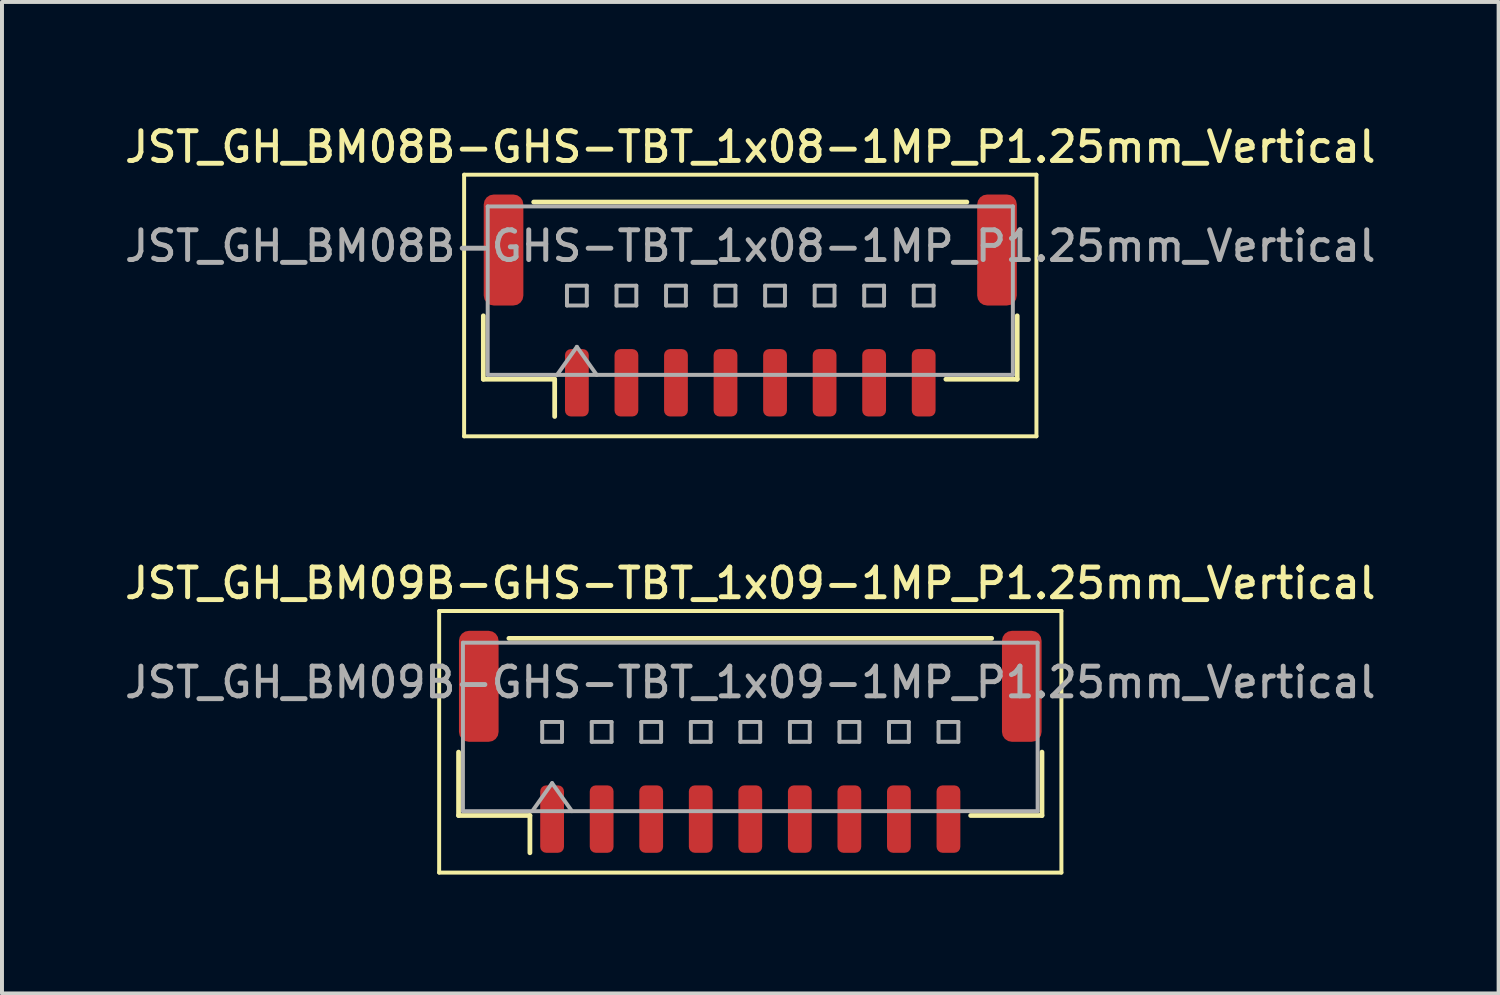
<source format=kicad_pcb>
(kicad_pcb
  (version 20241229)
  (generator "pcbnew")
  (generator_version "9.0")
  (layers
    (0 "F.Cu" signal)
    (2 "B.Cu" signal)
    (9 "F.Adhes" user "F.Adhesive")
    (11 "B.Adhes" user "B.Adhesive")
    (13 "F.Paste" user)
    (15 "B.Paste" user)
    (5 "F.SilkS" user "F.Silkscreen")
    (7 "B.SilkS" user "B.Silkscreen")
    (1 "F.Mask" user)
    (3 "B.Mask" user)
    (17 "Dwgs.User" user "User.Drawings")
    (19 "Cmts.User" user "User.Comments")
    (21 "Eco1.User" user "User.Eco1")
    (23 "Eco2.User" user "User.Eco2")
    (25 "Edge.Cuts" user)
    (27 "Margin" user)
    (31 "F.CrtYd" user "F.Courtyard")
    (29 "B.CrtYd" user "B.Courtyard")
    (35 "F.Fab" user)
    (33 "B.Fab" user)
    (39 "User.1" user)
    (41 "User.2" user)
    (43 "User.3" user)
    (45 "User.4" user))
  (footprint "JST_GH_BM08B-GHS-TBT_1x08-1MP_P1.25mm_Vertical"
    (layer "F.Cu")
    (at 15.88 4.658)
    (property "Reference" "JST_GH_BM08B-GHS-TBT_1x08-1MP_P1.25mm_Vertical" (at 0 -4 0) (layer "F.SilkS") (effects (font (size 0.75 0.75) (thickness 0.125))))
    (attr smd)
    (fp_line (start -7.22 -3.3) (end -7.22 3.3) (stroke (width 0.1) (type solid)) (layer "F.SilkS"))
    (fp_line (start -7.22 3.3) (end 7.22 3.3) (stroke (width 0.1) (type solid)) (layer "F.SilkS"))
    (fp_line (start -6.735 0.26) (end -6.735 1.86) (stroke (width 0.12) (type solid)) (layer "F.SilkS"))
    (fp_line (start -6.735 1.86) (end -4.935 1.86) (stroke (width 0.12) (type solid)) (layer "F.SilkS"))
    (fp_line (start -5.465 -2.61) (end 5.465 -2.61) (stroke (width 0.12) (type solid)) (layer "F.SilkS"))
    (fp_line (start -4.935 1.86) (end -4.935 2.8) (stroke (width 0.12) (type solid)) (layer "F.SilkS"))
    (fp_line (start 6.735 0.26) (end 6.735 1.86) (stroke (width 0.12) (type solid)) (layer "F.SilkS"))
    (fp_line (start 6.735 1.86) (end 4.935 1.86) (stroke (width 0.12) (type solid)) (layer "F.SilkS"))
    (fp_line (start 7.22 -3.3) (end -7.22 -3.3) (stroke (width 0.1) (type solid)) (layer "F.SilkS"))
    (fp_line (start 7.22 3.3) (end 7.22 -3.3) (stroke (width 0.1) (type solid)) (layer "F.SilkS"))
    (fp_line (start -6.625 -2.5) (end 6.625 -2.5) (stroke (width 0.1) (type solid)) (layer "F.Fab"))
    (fp_line (start -6.625 1.75) (end -6.625 -2.5) (stroke (width 0.1) (type solid)) (layer "F.Fab"))
    (fp_line (start -6.625 1.75) (end 6.625 1.75) (stroke (width 0.1) (type solid)) (layer "F.Fab"))
    (fp_line (start -4.875 1.75) (end -4.375 1.043) (stroke (width 0.1) (type solid)) (layer "F.Fab"))
    (fp_line (start -4.625 -0.5) (end -4.625 0) (stroke (width 0.1) (type solid)) (layer "F.Fab"))
    (fp_line (start -4.625 0) (end -4.125 0) (stroke (width 0.1) (type solid)) (layer "F.Fab"))
    (fp_line (start -4.375 1.043) (end -3.875 1.75) (stroke (width 0.1) (type solid)) (layer "F.Fab"))
    (fp_line (start -4.125 -0.5) (end -4.625 -0.5) (stroke (width 0.1) (type solid)) (layer "F.Fab"))
    (fp_line (start -4.125 0) (end -4.125 -0.5) (stroke (width 0.1) (type solid)) (layer "F.Fab"))
    (fp_line (start -3.375 -0.5) (end -3.375 0) (stroke (width 0.1) (type solid)) (layer "F.Fab"))
    (fp_line (start -3.375 0) (end -2.875 0) (stroke (width 0.1) (type solid)) (layer "F.Fab"))
    (fp_line (start -2.875 -0.5) (end -3.375 -0.5) (stroke (width 0.1) (type solid)) (layer "F.Fab"))
    (fp_line (start -2.875 0) (end -2.875 -0.5) (stroke (width 0.1) (type solid)) (layer "F.Fab"))
    (fp_line (start -2.125 -0.5) (end -2.125 0) (stroke (width 0.1) (type solid)) (layer "F.Fab"))
    (fp_line (start -2.125 0) (end -1.625 0) (stroke (width 0.1) (type solid)) (layer "F.Fab"))
    (fp_line (start -1.625 -0.5) (end -2.125 -0.5) (stroke (width 0.1) (type solid)) (layer "F.Fab"))
    (fp_line (start -1.625 0) (end -1.625 -0.5) (stroke (width 0.1) (type solid)) (layer "F.Fab"))
    (fp_line (start -0.875 -0.5) (end -0.875 0) (stroke (width 0.1) (type solid)) (layer "F.Fab"))
    (fp_line (start -0.875 0) (end -0.375 0) (stroke (width 0.1) (type solid)) (layer "F.Fab"))
    (fp_line (start -0.375 -0.5) (end -0.875 -0.5) (stroke (width 0.1) (type solid)) (layer "F.Fab"))
    (fp_line (start -0.375 0) (end -0.375 -0.5) (stroke (width 0.1) (type solid)) (layer "F.Fab"))
    (fp_line (start 0.375 -0.5) (end 0.375 0) (stroke (width 0.1) (type solid)) (layer "F.Fab"))
    (fp_line (start 0.375 0) (end 0.875 0) (stroke (width 0.1) (type solid)) (layer "F.Fab"))
    (fp_line (start 0.875 -0.5) (end 0.375 -0.5) (stroke (width 0.1) (type solid)) (layer "F.Fab"))
    (fp_line (start 0.875 0) (end 0.875 -0.5) (stroke (width 0.1) (type solid)) (layer "F.Fab"))
    (fp_line (start 1.625 -0.5) (end 1.625 0) (stroke (width 0.1) (type solid)) (layer "F.Fab"))
    (fp_line (start 1.625 0) (end 2.125 0) (stroke (width 0.1) (type solid)) (layer "F.Fab"))
    (fp_line (start 2.125 -0.5) (end 1.625 -0.5) (stroke (width 0.1) (type solid)) (layer "F.Fab"))
    (fp_line (start 2.125 0) (end 2.125 -0.5) (stroke (width 0.1) (type solid)) (layer "F.Fab"))
    (fp_line (start 2.875 -0.5) (end 2.875 0) (stroke (width 0.1) (type solid)) (layer "F.Fab"))
    (fp_line (start 2.875 0) (end 3.375 0) (stroke (width 0.1) (type solid)) (layer "F.Fab"))
    (fp_line (start 3.375 -0.5) (end 2.875 -0.5) (stroke (width 0.1) (type solid)) (layer "F.Fab"))
    (fp_line (start 3.375 0) (end 3.375 -0.5) (stroke (width 0.1) (type solid)) (layer "F.Fab"))
    (fp_line (start 4.125 -0.5) (end 4.125 0) (stroke (width 0.1) (type solid)) (layer "F.Fab"))
    (fp_line (start 4.125 0) (end 4.625 0) (stroke (width 0.1) (type solid)) (layer "F.Fab"))
    (fp_line (start 4.625 -0.5) (end 4.125 -0.5) (stroke (width 0.1) (type solid)) (layer "F.Fab"))
    (fp_line (start 4.625 0) (end 4.625 -0.5) (stroke (width 0.1) (type solid)) (layer "F.Fab"))
    (fp_line (start 6.625 1.75) (end 6.625 -2.5) (stroke (width 0.1) (type solid)) (layer "F.Fab"))
    (fp_text user "${REFERENCE}" (at 0 -1.5 0) (layer "F.Fab") (effects (font (size 0.75 0.75) (thickness 0.125))))
    (pad "1" smd roundrect (at -4.375 1.95) (size 0.6 1.7) (layers "F.Cu" "F.Mask" "F.Paste") (roundrect_rratio 0.25))
    (pad "2" smd roundrect (at -3.125 1.95) (size 0.6 1.7) (layers "F.Cu" "F.Mask" "F.Paste") (roundrect_rratio 0.25))
    (pad "3" smd roundrect (at -1.875 1.95) (size 0.6 1.7) (layers "F.Cu" "F.Mask" "F.Paste") (roundrect_rratio 0.25))
    (pad "4" smd roundrect (at -0.625 1.95) (size 0.6 1.7) (layers "F.Cu" "F.Mask" "F.Paste") (roundrect_rratio 0.25))
    (pad "5" smd roundrect (at 0.625 1.95) (size 0.6 1.7) (layers "F.Cu" "F.Mask" "F.Paste") (roundrect_rratio 0.25))
    (pad "6" smd roundrect (at 1.875 1.95) (size 0.6 1.7) (layers "F.Cu" "F.Mask" "F.Paste") (roundrect_rratio 0.25))
    (pad "7" smd roundrect (at 3.125 1.95) (size 0.6 1.7) (layers "F.Cu" "F.Mask" "F.Paste") (roundrect_rratio 0.25))
    (pad "8" smd roundrect (at 4.375 1.95) (size 0.6 1.7) (layers "F.Cu" "F.Mask" "F.Paste") (roundrect_rratio 0.25))
    (pad "MP" smd roundrect (at -6.225 -1.4) (size 1 2.8) (layers "F.Cu" "F.Mask" "F.Paste") (roundrect_rratio 0.25))
    (pad "MP" smd roundrect (at 6.225 -1.4) (size 1 2.8) (layers "F.Cu" "F.Mask" "F.Paste") (roundrect_rratio 0.25)))
  (footprint "JST_GH_BM09B-GHS-TBT_1x09-1MP_P1.25mm_Vertical"
    (layer "F.Cu")
    (at 15.88 15.666)
    (property "Reference" "JST_GH_BM09B-GHS-TBT_1x09-1MP_P1.25mm_Vertical" (at 0 -4 0) (layer "F.SilkS") (effects (font (size 0.75 0.75) (thickness 0.125))))
    (attr smd)
    (fp_line (start -7.85 -3.3) (end -7.85 3.3) (stroke (width 0.1) (type solid)) (layer "F.SilkS"))
    (fp_line (start -7.85 3.3) (end 7.85 3.3) (stroke (width 0.1) (type solid)) (layer "F.SilkS"))
    (fp_line (start -7.36 0.26) (end -7.36 1.86) (stroke (width 0.12) (type solid)) (layer "F.SilkS"))
    (fp_line (start -7.36 1.86) (end -5.56 1.86) (stroke (width 0.12) (type solid)) (layer "F.SilkS"))
    (fp_line (start -6.09 -2.61) (end 6.09 -2.61) (stroke (width 0.12) (type solid)) (layer "F.SilkS"))
    (fp_line (start -5.56 1.86) (end -5.56 2.8) (stroke (width 0.12) (type solid)) (layer "F.SilkS"))
    (fp_line (start 7.36 0.26) (end 7.36 1.86) (stroke (width 0.12) (type solid)) (layer "F.SilkS"))
    (fp_line (start 7.36 1.86) (end 5.56 1.86) (stroke (width 0.12) (type solid)) (layer "F.SilkS"))
    (fp_line (start 7.85 -3.3) (end -7.85 -3.3) (stroke (width 0.1) (type solid)) (layer "F.SilkS"))
    (fp_line (start 7.85 3.3) (end 7.85 -3.3) (stroke (width 0.1) (type solid)) (layer "F.SilkS"))
    (fp_line (start -7.25 -2.5) (end 7.25 -2.5) (stroke (width 0.1) (type solid)) (layer "F.Fab"))
    (fp_line (start -7.25 1.75) (end -7.25 -2.5) (stroke (width 0.1) (type solid)) (layer "F.Fab"))
    (fp_line (start -7.25 1.75) (end 7.25 1.75) (stroke (width 0.1) (type solid)) (layer "F.Fab"))
    (fp_line (start -5.5 1.75) (end -5 1.043) (stroke (width 0.1) (type solid)) (layer "F.Fab"))
    (fp_line (start -5.25 -0.5) (end -5.25 0) (stroke (width 0.1) (type solid)) (layer "F.Fab"))
    (fp_line (start -5.25 0) (end -4.75 0) (stroke (width 0.1) (type solid)) (layer "F.Fab"))
    (fp_line (start -5 1.043) (end -4.5 1.75) (stroke (width 0.1) (type solid)) (layer "F.Fab"))
    (fp_line (start -4.75 -0.5) (end -5.25 -0.5) (stroke (width 0.1) (type solid)) (layer "F.Fab"))
    (fp_line (start -4.75 0) (end -4.75 -0.5) (stroke (width 0.1) (type solid)) (layer "F.Fab"))
    (fp_line (start -4 -0.5) (end -4 0) (stroke (width 0.1) (type solid)) (layer "F.Fab"))
    (fp_line (start -4 0) (end -3.5 0) (stroke (width 0.1) (type solid)) (layer "F.Fab"))
    (fp_line (start -3.5 -0.5) (end -4 -0.5) (stroke (width 0.1) (type solid)) (layer "F.Fab"))
    (fp_line (start -3.5 0) (end -3.5 -0.5) (stroke (width 0.1) (type solid)) (layer "F.Fab"))
    (fp_line (start -2.75 -0.5) (end -2.75 0) (stroke (width 0.1) (type solid)) (layer "F.Fab"))
    (fp_line (start -2.75 0) (end -2.25 0) (stroke (width 0.1) (type solid)) (layer "F.Fab"))
    (fp_line (start -2.25 -0.5) (end -2.75 -0.5) (stroke (width 0.1) (type solid)) (layer "F.Fab"))
    (fp_line (start -2.25 0) (end -2.25 -0.5) (stroke (width 0.1) (type solid)) (layer "F.Fab"))
    (fp_line (start -1.5 -0.5) (end -1.5 0) (stroke (width 0.1) (type solid)) (layer "F.Fab"))
    (fp_line (start -1.5 0) (end -1 0) (stroke (width 0.1) (type solid)) (layer "F.Fab"))
    (fp_line (start -1 -0.5) (end -1.5 -0.5) (stroke (width 0.1) (type solid)) (layer "F.Fab"))
    (fp_line (start -1 0) (end -1 -0.5) (stroke (width 0.1) (type solid)) (layer "F.Fab"))
    (fp_line (start -0.25 -0.5) (end -0.25 0) (stroke (width 0.1) (type solid)) (layer "F.Fab"))
    (fp_line (start -0.25 0) (end 0.25 0) (stroke (width 0.1) (type solid)) (layer "F.Fab"))
    (fp_line (start 0.25 -0.5) (end -0.25 -0.5) (stroke (width 0.1) (type solid)) (layer "F.Fab"))
    (fp_line (start 0.25 0) (end 0.25 -0.5) (stroke (width 0.1) (type solid)) (layer "F.Fab"))
    (fp_line (start 1 -0.5) (end 1 0) (stroke (width 0.1) (type solid)) (layer "F.Fab"))
    (fp_line (start 1 0) (end 1.5 0) (stroke (width 0.1) (type solid)) (layer "F.Fab"))
    (fp_line (start 1.5 -0.5) (end 1 -0.5) (stroke (width 0.1) (type solid)) (layer "F.Fab"))
    (fp_line (start 1.5 0) (end 1.5 -0.5) (stroke (width 0.1) (type solid)) (layer "F.Fab"))
    (fp_line (start 2.25 -0.5) (end 2.25 0) (stroke (width 0.1) (type solid)) (layer "F.Fab"))
    (fp_line (start 2.25 0) (end 2.75 0) (stroke (width 0.1) (type solid)) (layer "F.Fab"))
    (fp_line (start 2.75 -0.5) (end 2.25 -0.5) (stroke (width 0.1) (type solid)) (layer "F.Fab"))
    (fp_line (start 2.75 0) (end 2.75 -0.5) (stroke (width 0.1) (type solid)) (layer "F.Fab"))
    (fp_line (start 3.5 -0.5) (end 3.5 0) (stroke (width 0.1) (type solid)) (layer "F.Fab"))
    (fp_line (start 3.5 0) (end 4 0) (stroke (width 0.1) (type solid)) (layer "F.Fab"))
    (fp_line (start 4 -0.5) (end 3.5 -0.5) (stroke (width 0.1) (type solid)) (layer "F.Fab"))
    (fp_line (start 4 0) (end 4 -0.5) (stroke (width 0.1) (type solid)) (layer "F.Fab"))
    (fp_line (start 4.75 -0.5) (end 4.75 0) (stroke (width 0.1) (type solid)) (layer "F.Fab"))
    (fp_line (start 4.75 0) (end 5.25 0) (stroke (width 0.1) (type solid)) (layer "F.Fab"))
    (fp_line (start 5.25 -0.5) (end 4.75 -0.5) (stroke (width 0.1) (type solid)) (layer "F.Fab"))
    (fp_line (start 5.25 0) (end 5.25 -0.5) (stroke (width 0.1) (type solid)) (layer "F.Fab"))
    (fp_line (start 7.25 1.75) (end 7.25 -2.5) (stroke (width 0.1) (type solid)) (layer "F.Fab"))
    (fp_text user "${REFERENCE}" (at 0 -1.5 0) (layer "F.Fab") (effects (font (size 0.75 0.75) (thickness 0.125))))
    (pad "1" smd roundrect (at -5 1.95) (size 0.6 1.7) (layers "F.Cu" "F.Mask" "F.Paste") (roundrect_rratio 0.25))
    (pad "2" smd roundrect (at -3.75 1.95) (size 0.6 1.7) (layers "F.Cu" "F.Mask" "F.Paste") (roundrect_rratio 0.25))
    (pad "3" smd roundrect (at -2.5 1.95) (size 0.6 1.7) (layers "F.Cu" "F.Mask" "F.Paste") (roundrect_rratio 0.25))
    (pad "4" smd roundrect (at -1.25 1.95) (size 0.6 1.7) (layers "F.Cu" "F.Mask" "F.Paste") (roundrect_rratio 0.25))
    (pad "5" smd roundrect (at 0 1.95) (size 0.6 1.7) (layers "F.Cu" "F.Mask" "F.Paste") (roundrect_rratio 0.25))
    (pad "6" smd roundrect (at 1.25 1.95) (size 0.6 1.7) (layers "F.Cu" "F.Mask" "F.Paste") (roundrect_rratio 0.25))
    (pad "7" smd roundrect (at 2.5 1.95) (size 0.6 1.7) (layers "F.Cu" "F.Mask" "F.Paste") (roundrect_rratio 0.25))
    (pad "8" smd roundrect (at 3.75 1.95) (size 0.6 1.7) (layers "F.Cu" "F.Mask" "F.Paste") (roundrect_rratio 0.25))
    (pad "9" smd roundrect (at 5 1.95) (size 0.6 1.7) (layers "F.Cu" "F.Mask" "F.Paste") (roundrect_rratio 0.25))
    (pad "MP" smd roundrect (at -6.85 -1.4) (size 1 2.8) (layers "F.Cu" "F.Mask" "F.Paste") (roundrect_rratio 0.25))
    (pad "MP" smd roundrect (at 6.85 -1.4) (size 1 2.8) (layers "F.Cu" "F.Mask" "F.Paste") (roundrect_rratio 0.25)))
  (gr_rect
    (start -3 -3)
    (end 34.761 22.016)
    (stroke (width 0.1) (type default))
    (fill no)
    (layer "Edge.Cuts")))
</source>
